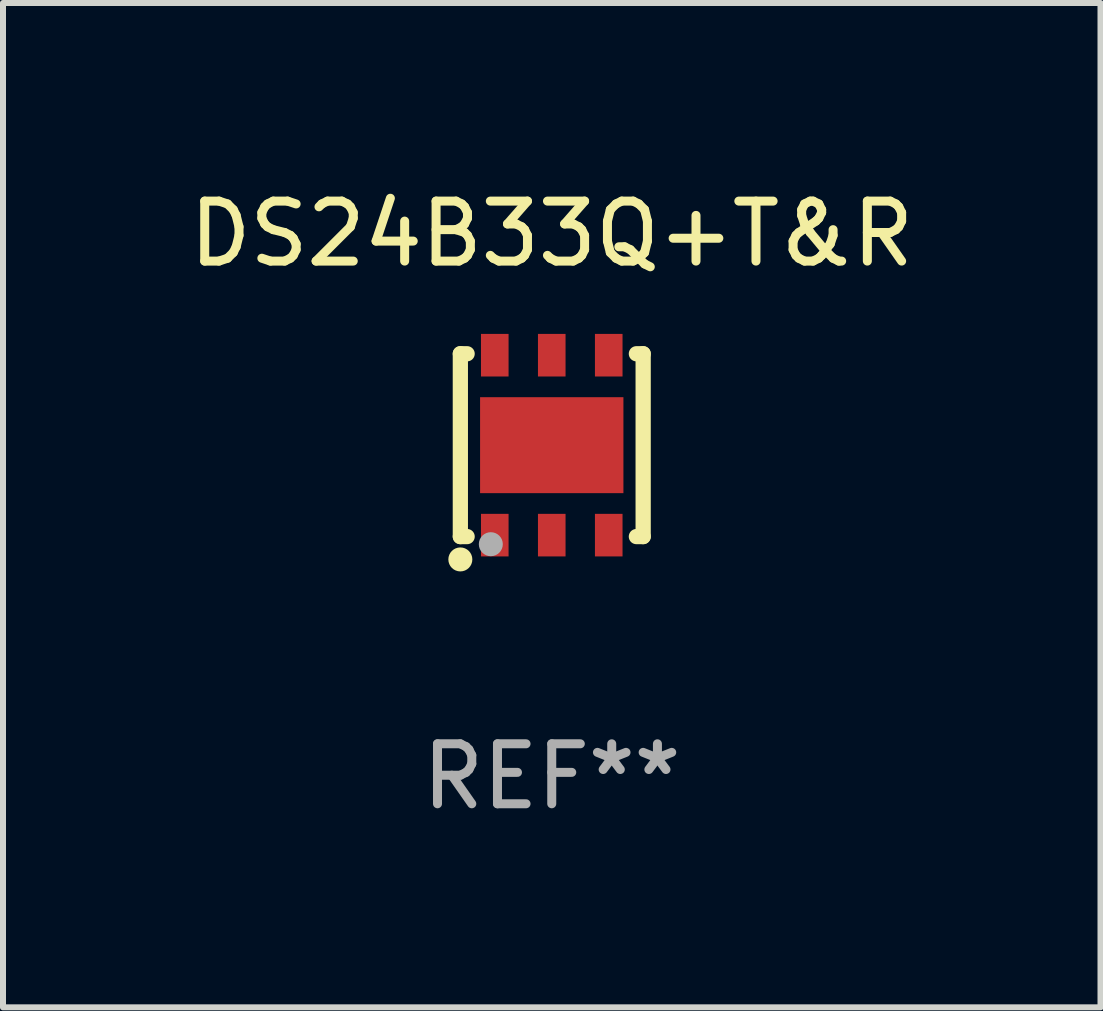
<source format=kicad_pcb>
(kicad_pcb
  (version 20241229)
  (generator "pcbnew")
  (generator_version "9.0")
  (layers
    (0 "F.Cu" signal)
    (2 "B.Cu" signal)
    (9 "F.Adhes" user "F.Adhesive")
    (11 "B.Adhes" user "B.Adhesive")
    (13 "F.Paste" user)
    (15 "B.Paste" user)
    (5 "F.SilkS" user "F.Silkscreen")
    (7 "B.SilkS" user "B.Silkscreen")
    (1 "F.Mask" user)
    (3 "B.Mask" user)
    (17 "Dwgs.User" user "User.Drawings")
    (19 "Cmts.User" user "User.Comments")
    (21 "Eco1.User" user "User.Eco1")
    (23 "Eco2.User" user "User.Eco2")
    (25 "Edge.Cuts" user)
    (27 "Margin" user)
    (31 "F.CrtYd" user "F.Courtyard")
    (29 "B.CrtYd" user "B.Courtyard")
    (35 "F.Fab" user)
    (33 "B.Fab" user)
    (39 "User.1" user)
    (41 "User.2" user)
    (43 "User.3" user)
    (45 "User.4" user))
  (footprint "DS24B33Q+T&R"
    (layer "F.Cu")
    (at 6.149 4.372)
    (property "Reference" "DS24B33Q+T&R" (at 0 -3.524 0) (layer "F.SilkS") (effects (font (size 1 1) (thickness 0.15))))
    (attr through_hole)
    (fp_line (start -1.524 -1.524) (end -1.524 1.524) (stroke (width 0.254) (type solid)) (layer "F.SilkS"))
    (fp_line (start -1.524 1.524) (end -1.411 1.524) (stroke (width 0.254) (type solid)) (layer "F.SilkS"))
    (fp_line (start -1.411 -1.524) (end -1.524 -1.524) (stroke (width 0.254) (type solid)) (layer "F.SilkS"))
    (fp_line (start 1.411 1.524) (end 1.524 1.524) (stroke (width 0.254) (type solid)) (layer "F.SilkS"))
    (fp_line (start 1.524 -1.524) (end 1.411 -1.524) (stroke (width 0.254) (type solid)) (layer "F.SilkS"))
    (fp_line (start 1.524 1.524) (end 1.524 -1.524) (stroke (width 0.254) (type solid)) (layer "F.SilkS"))
    (fp_circle (center -1.524 1.905) (end -1.424 1.905) (stroke (width 0.2) (type solid)) (fill no) (layer "F.SilkS"))
    (fp_circle (center -1.5 1.5) (end -1.47 1.5) (stroke (width 0.06) (type solid)) (fill no) (layer "F.SilkS"))
    (fp_circle (center -1.016 1.651) (end -0.916 1.651) (stroke (width 0.2) (type solid)) (fill no) (layer "F.Fab"))
    (fp_text user "REF**" (at 0 5.524 0) (layer "F.Fab") (effects (font (size 1 1) (thickness 0.15))))
    (pad "1" smd rect (at -0.95 1.5) (size 0.46 0.71) (layers "F.Cu" "F.Mask" "F.Paste"))
    (pad "2" smd rect (at 0 1.5) (size 0.46 0.71) (layers "F.Cu" "F.Mask" "F.Paste"))
    (pad "3" smd rect (at 0.95 1.5) (size 0.46 0.71) (layers "F.Cu" "F.Mask" "F.Paste"))
    (pad "4" smd rect (at 0.95 -1.5) (size 0.46 0.71) (layers "F.Cu" "F.Mask" "F.Paste"))
    (pad "5" smd rect (at 0 -1.5) (size 0.46 0.71) (layers "F.Cu" "F.Mask" "F.Paste"))
    (pad "6" smd rect (at -0.95 -1.5) (size 0.46 0.71) (layers "F.Cu" "F.Mask" "F.Paste"))
    (pad "7" smd rect (at 0 0.000127) (size 2.39 1.6) (layers "F.Cu" "F.Mask" "F.Paste")))
  (gr_rect
    (start -3 -3)
    (end 15.298 13.745)
    (stroke (width 0.1) (type default))
    (fill no)
    (layer "Edge.Cuts")))
</source>
